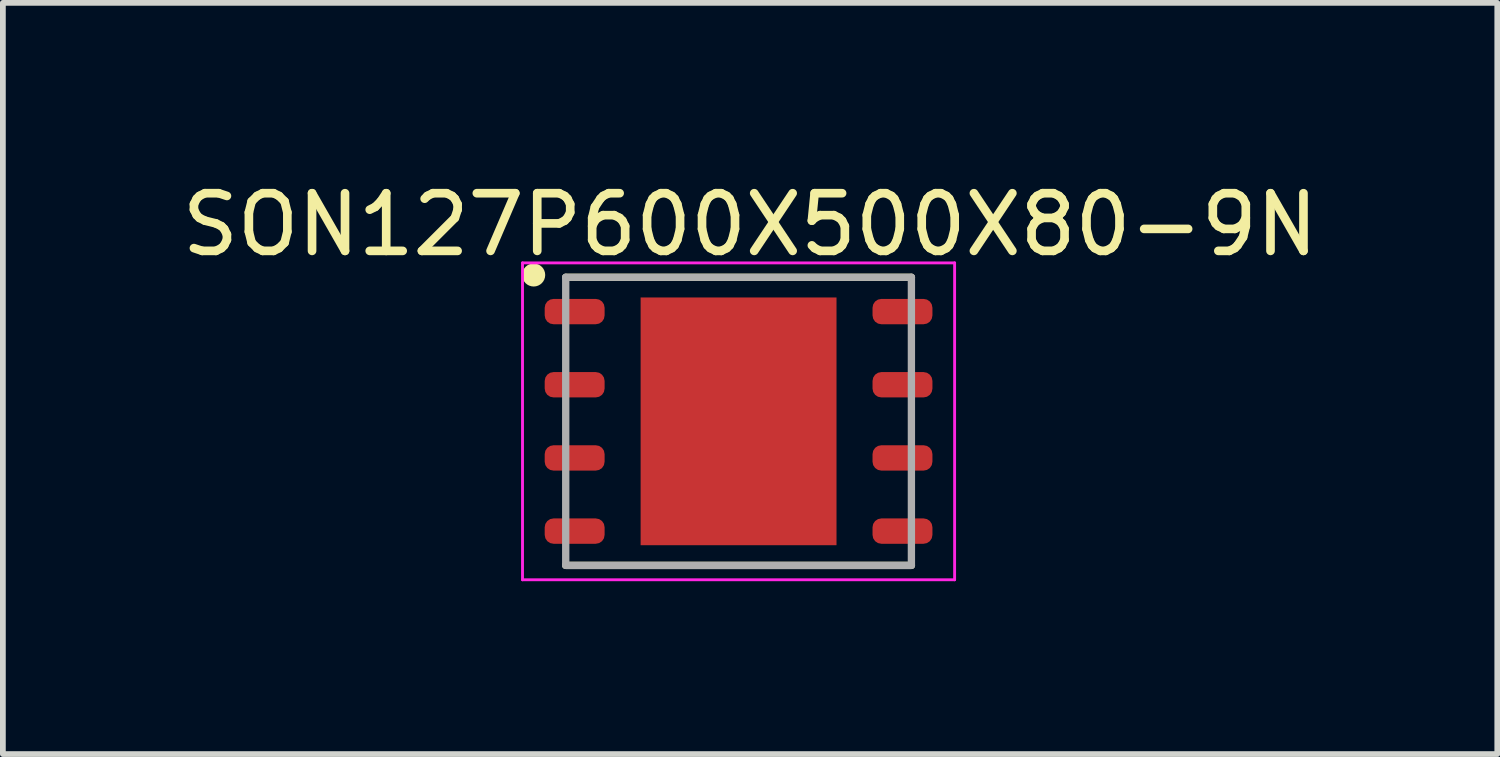
<source format=kicad_pcb>
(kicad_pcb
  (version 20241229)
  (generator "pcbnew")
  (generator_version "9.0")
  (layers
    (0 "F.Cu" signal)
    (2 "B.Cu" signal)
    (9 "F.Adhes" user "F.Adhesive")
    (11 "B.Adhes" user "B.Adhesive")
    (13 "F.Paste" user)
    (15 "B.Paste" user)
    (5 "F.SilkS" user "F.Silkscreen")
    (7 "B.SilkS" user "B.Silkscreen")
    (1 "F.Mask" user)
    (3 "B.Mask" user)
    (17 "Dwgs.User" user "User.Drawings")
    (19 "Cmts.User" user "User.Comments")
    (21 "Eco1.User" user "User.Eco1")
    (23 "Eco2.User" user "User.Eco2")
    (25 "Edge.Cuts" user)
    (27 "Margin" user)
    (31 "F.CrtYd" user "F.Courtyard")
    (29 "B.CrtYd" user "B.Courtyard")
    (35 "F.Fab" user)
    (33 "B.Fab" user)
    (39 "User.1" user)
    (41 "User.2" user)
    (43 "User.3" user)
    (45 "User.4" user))
  (footprint "SON127P600X500X80-9N"
    (layer "F.Cu")
    (at 9.769 4.263)
    (property "Reference" "SON127P600X500X80-9N" (at 0.2 -3.414 0) (layer "F.SilkS") (effects (font (size 1.001 1.001) (thickness 0.15))))
    (attr smd)
    (fp_line (start -3 -2.5) (end 3 -2.5) (stroke (width 0.127) (type solid)) (layer "F.SilkS"))
    (fp_line (start -3 2.5) (end 3 2.5) (stroke (width 0.127) (type solid)) (layer "F.SilkS"))
    (fp_circle (center -3.556 -2.54) (end -3.456 -2.54) (stroke (width 0.2) (type solid)) (fill no) (layer "F.SilkS"))
    (fp_poly (pts (xy -1.076 -1.36) (xy 1.075 -1.36) (xy 1.075 1.361) (xy -1.076 1.361)) (stroke (width 0.01) (type solid)) (fill yes) (layer "F.Paste"))
    (fp_line (start -3.75 -2.75) (end 3.75 -2.75) (stroke (width 0.05) (type solid)) (layer "F.CrtYd"))
    (fp_line (start -3.75 2.75) (end -3.75 -2.75) (stroke (width 0.05) (type solid)) (layer "F.CrtYd"))
    (fp_line (start 3.75 -2.75) (end 3.75 2.75) (stroke (width 0.05) (type solid)) (layer "F.CrtYd"))
    (fp_line (start 3.75 2.75) (end -3.75 2.75) (stroke (width 0.05) (type solid)) (layer "F.CrtYd"))
    (fp_line (start -3 -2.5) (end 3 -2.5) (stroke (width 0.127) (type solid)) (layer "F.Fab"))
    (fp_line (start -3 2.5) (end -3 -2.5) (stroke (width 0.127) (type solid)) (layer "F.Fab"))
    (fp_line (start 3 -2.5) (end 3 2.5) (stroke (width 0.127) (type solid)) (layer "F.Fab"))
    (fp_line (start 3 2.5) (end -3 2.5) (stroke (width 0.127) (type solid)) (layer "F.Fab"))
    (pad "1" smd roundrect (at -2.845 -1.905) (size 1.04 0.44) (layers "F.Cu" "F.Mask" "F.Paste") (roundrect_rratio 0.35))
    (pad "2" smd roundrect (at -2.845 -0.635) (size 1.04 0.44) (layers "F.Cu" "F.Mask" "F.Paste") (roundrect_rratio 0.35))
    (pad "3" smd roundrect (at -2.845 0.635) (size 1.04 0.44) (layers "F.Cu" "F.Mask" "F.Paste") (roundrect_rratio 0.35))
    (pad "4" smd roundrect (at -2.845 1.905) (size 1.04 0.44) (layers "F.Cu" "F.Mask" "F.Paste") (roundrect_rratio 0.35))
    (pad "5" smd roundrect (at 2.845 1.905) (size 1.04 0.44) (layers "F.Cu" "F.Mask" "F.Paste") (roundrect_rratio 0.35))
    (pad "6" smd roundrect (at 2.845 0.635) (size 1.04 0.44) (layers "F.Cu" "F.Mask" "F.Paste") (roundrect_rratio 0.35))
    (pad "7" smd roundrect (at 2.845 -0.635) (size 1.04 0.44) (layers "F.Cu" "F.Mask" "F.Paste") (roundrect_rratio 0.35))
    (pad "8" smd roundrect (at 2.845 -1.905) (size 1.04 0.44) (layers "F.Cu" "F.Mask" "F.Paste") (roundrect_rratio 0.35))
    (pad "9" smd rect (at 0 0) (size 3.4 4.3) (layers "F.Cu" "F.Mask")))
  (gr_rect
    (start -3 -3)
    (end 22.938 10.038)
    (stroke (width 0.1) (type default))
    (fill no)
    (layer "Edge.Cuts")))
</source>
